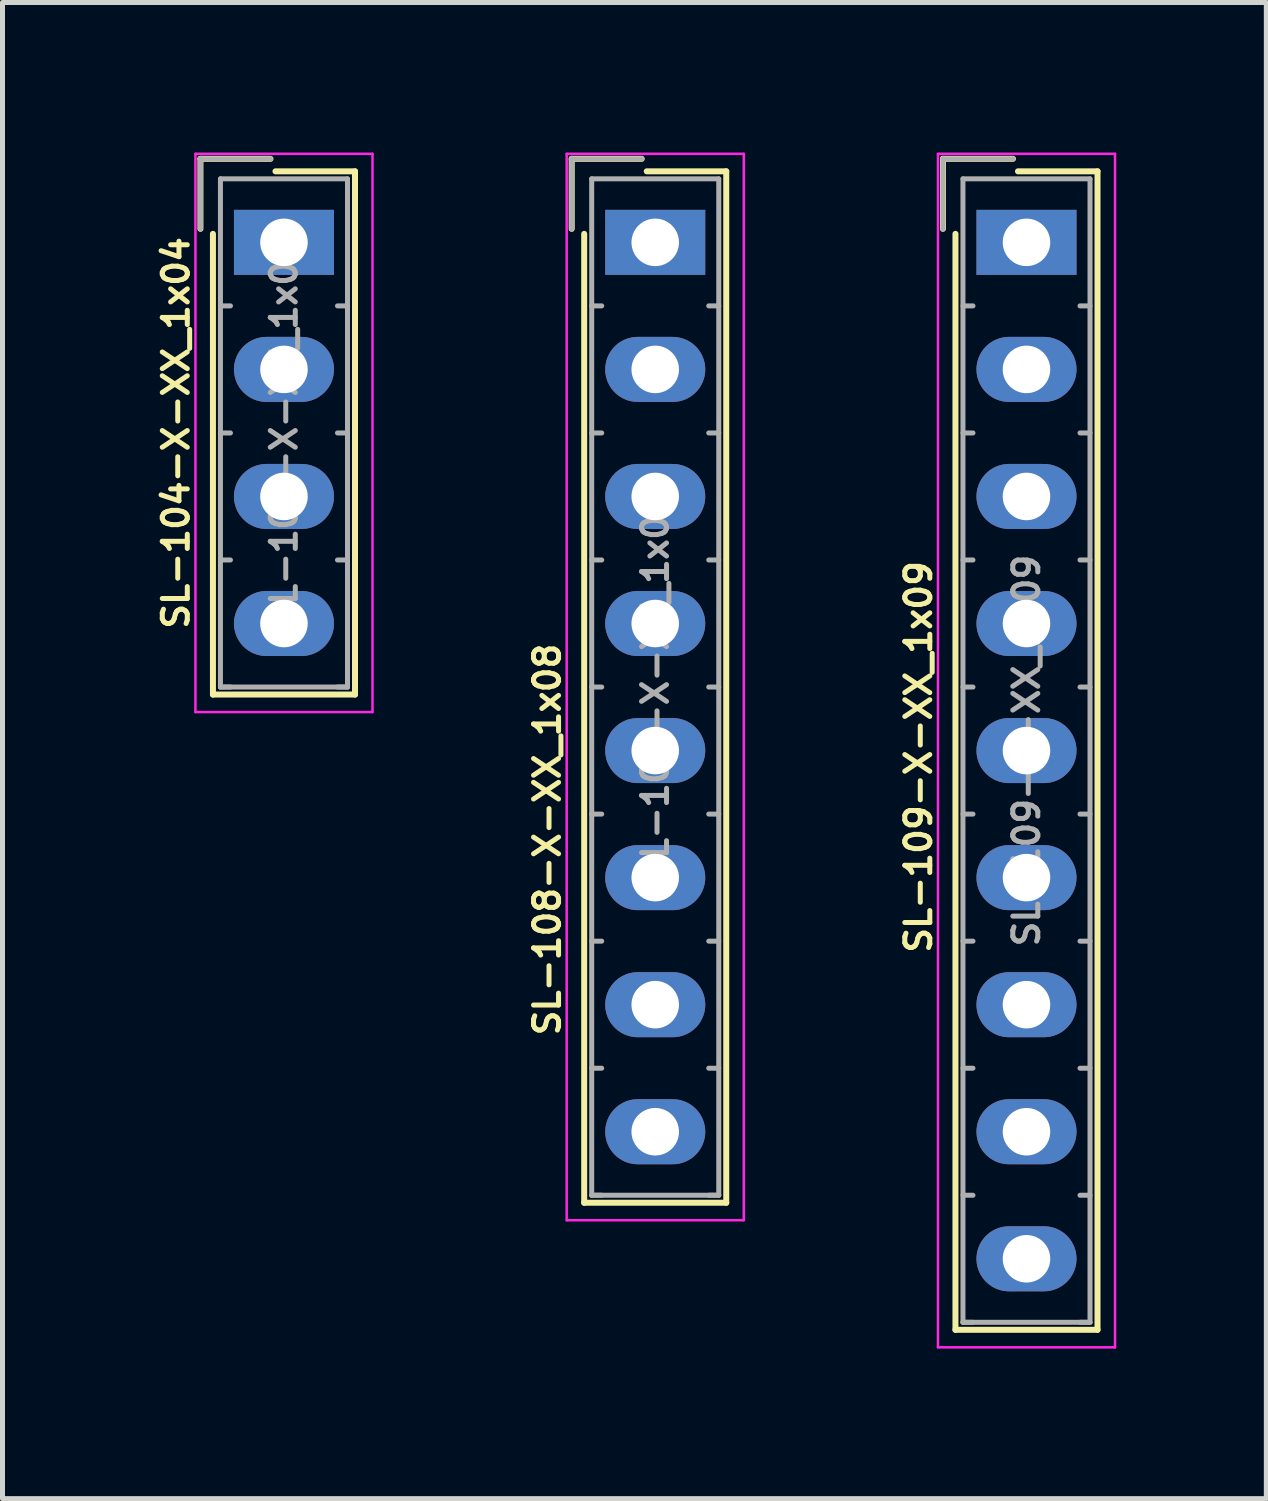
<source format=kicad_pcb>
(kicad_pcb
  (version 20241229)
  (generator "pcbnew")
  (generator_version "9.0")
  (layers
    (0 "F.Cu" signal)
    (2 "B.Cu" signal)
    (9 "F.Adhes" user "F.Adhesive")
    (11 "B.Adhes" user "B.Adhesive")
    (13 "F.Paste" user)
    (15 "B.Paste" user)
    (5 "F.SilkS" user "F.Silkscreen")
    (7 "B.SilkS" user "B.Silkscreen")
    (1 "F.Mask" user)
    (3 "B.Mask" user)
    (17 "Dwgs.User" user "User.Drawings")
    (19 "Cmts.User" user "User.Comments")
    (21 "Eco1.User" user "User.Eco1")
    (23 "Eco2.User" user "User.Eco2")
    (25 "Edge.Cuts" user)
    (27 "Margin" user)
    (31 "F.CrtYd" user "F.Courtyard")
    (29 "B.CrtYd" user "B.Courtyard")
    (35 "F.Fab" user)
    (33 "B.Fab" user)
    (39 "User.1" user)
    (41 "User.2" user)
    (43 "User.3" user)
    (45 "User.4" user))
  (footprint "SL-104-X-XX_1x04"
    (layer "F.Cu")
    (at 2.627 1.795)
    (property "Reference" "SL-104-X-XX_1x04" (at -2.159 3.81 90) (layer "F.SilkS") (effects (font (size 0.5 0.5) (thickness 0.1))))
    (attr through_hole)
    (fp_line (start -1.67 -1.67) (end -1.67 -0.27) (stroke (width 0.12) (type solid)) (layer "F.SilkS"))
    (fp_line (start -1.42 9.04) (end -1.42 -0.17) (stroke (width 0.12) (type solid)) (layer "F.SilkS"))
    (fp_line (start -0.27 -1.67) (end -1.67 -1.67) (stroke (width 0.12) (type solid)) (layer "F.SilkS"))
    (fp_line (start -0.17 -1.42) (end 1.42 -1.42) (stroke (width 0.12) (type solid)) (layer "F.SilkS"))
    (fp_line (start 1.42 -1.42) (end 1.42 9.04) (stroke (width 0.12) (type solid)) (layer "F.SilkS"))
    (fp_line (start 1.42 9.04) (end -1.42 9.04) (stroke (width 0.12) (type solid)) (layer "F.SilkS"))
    (fp_line (start -1.77 -1.77) (end -1.77 9.39) (stroke (width 0.05) (type solid)) (layer "F.CrtYd"))
    (fp_line (start -1.77 9.39) (end 1.77 9.39) (stroke (width 0.05) (type solid)) (layer "F.CrtYd"))
    (fp_line (start 1.77 -1.77) (end -1.77 -1.77) (stroke (width 0.05) (type solid)) (layer "F.CrtYd"))
    (fp_line (start 1.77 9.39) (end 1.77 -1.77) (stroke (width 0.05) (type solid)) (layer "F.CrtYd"))
    (fp_line (start -1.67 -1.67) (end -1.67 -0.27) (stroke (width 0.1) (type solid)) (layer "F.Fab"))
    (fp_line (start -1.27 -1.27) (end -1.27 8.89) (stroke (width 0.1) (type solid)) (layer "F.Fab"))
    (fp_line (start -1.27 1.27) (end -1.07 1.27) (stroke (width 0.1) (type solid)) (layer "F.Fab"))
    (fp_line (start -1.27 3.81) (end -1.07 3.81) (stroke (width 0.1) (type solid)) (layer "F.Fab"))
    (fp_line (start -1.27 6.35) (end -1.07 6.35) (stroke (width 0.1) (type solid)) (layer "F.Fab"))
    (fp_line (start -1.27 8.89) (end -1.07 8.89) (stroke (width 0.1) (type solid)) (layer "F.Fab"))
    (fp_line (start -1.27 8.89) (end 1.27 8.89) (stroke (width 0.1) (type solid)) (layer "F.Fab"))
    (fp_line (start -0.27 -1.67) (end -1.67 -1.67) (stroke (width 0.1) (type solid)) (layer "F.Fab"))
    (fp_line (start 1.27 -1.27) (end -1.27 -1.27) (stroke (width 0.1) (type solid)) (layer "F.Fab"))
    (fp_line (start 1.27 1.27) (end 1.07 1.27) (stroke (width 0.1) (type solid)) (layer "F.Fab"))
    (fp_line (start 1.27 3.81) (end 1.07 3.81) (stroke (width 0.1) (type solid)) (layer "F.Fab"))
    (fp_line (start 1.27 6.35) (end 1.07 6.35) (stroke (width 0.1) (type solid)) (layer "F.Fab"))
    (fp_line (start 1.27 8.89) (end 1.07 8.89) (stroke (width 0.1) (type solid)) (layer "F.Fab"))
    (fp_line (start 1.27 8.89) (end 1.27 -1.27) (stroke (width 0.1) (type solid)) (layer "F.Fab"))
    (fp_text user "${REFERENCE}" (at 0 3.81 90) (layer "F.Fab") (effects (font (size 0.5 0.5) (thickness 0.1))))
    (pad "1" thru_hole rect (at 0 0) (size 2 1.3) (drill 0.95) (layers "*.Cu" "*.Mask"))
    (pad "2" thru_hole oval (at 0 2.54) (size 2 1.3) (drill 0.95) (layers "*.Cu" "*.Mask"))
    (pad "3" thru_hole oval (at 0 5.08) (size 2 1.3) (drill 0.95) (layers "*.Cu" "*.Mask"))
    (pad "4" thru_hole oval (at 0 7.62) (size 2 1.3) (drill 0.95) (layers "*.Cu" "*.Mask")))
  (footprint "SL-109-X-XX_1x09"
    (layer "F.Cu")
    (at 17.471 1.795)
    (property "Reference" "SL-109-X-XX_1x09" (at -2.159 10.287 90) (layer "F.SilkS") (effects (font (size 0.5 0.5) (thickness 0.1))))
    (attr through_hole)
    (fp_line (start -1.67 -1.67) (end -1.67 -0.27) (stroke (width 0.12) (type solid)) (layer "F.SilkS"))
    (fp_line (start -1.42 21.74) (end -1.42 -0.17) (stroke (width 0.12) (type solid)) (layer "F.SilkS"))
    (fp_line (start -0.27 -1.67) (end -1.67 -1.67) (stroke (width 0.12) (type solid)) (layer "F.SilkS"))
    (fp_line (start -0.17 -1.42) (end 1.42 -1.42) (stroke (width 0.12) (type solid)) (layer "F.SilkS"))
    (fp_line (start 1.42 -1.42) (end 1.42 21.74) (stroke (width 0.12) (type solid)) (layer "F.SilkS"))
    (fp_line (start 1.42 21.74) (end -1.42 21.74) (stroke (width 0.12) (type solid)) (layer "F.SilkS"))
    (fp_line (start -1.77 -1.77) (end -1.77 22.09) (stroke (width 0.05) (type solid)) (layer "F.CrtYd"))
    (fp_line (start -1.77 22.09) (end 1.77 22.09) (stroke (width 0.05) (type solid)) (layer "F.CrtYd"))
    (fp_line (start 1.77 -1.77) (end -1.77 -1.77) (stroke (width 0.05) (type solid)) (layer "F.CrtYd"))
    (fp_line (start 1.77 22.09) (end 1.77 -1.77) (stroke (width 0.05) (type solid)) (layer "F.CrtYd"))
    (fp_line (start -1.67 -1.67) (end -1.67 -0.27) (stroke (width 0.1) (type solid)) (layer "F.Fab"))
    (fp_line (start -1.27 -1.27) (end -1.27 21.59) (stroke (width 0.1) (type solid)) (layer "F.Fab"))
    (fp_line (start -1.27 1.27) (end -1.07 1.27) (stroke (width 0.1) (type solid)) (layer "F.Fab"))
    (fp_line (start -1.27 3.81) (end -1.07 3.81) (stroke (width 0.1) (type solid)) (layer "F.Fab"))
    (fp_line (start -1.27 6.35) (end -1.07 6.35) (stroke (width 0.1) (type solid)) (layer "F.Fab"))
    (fp_line (start -1.27 8.89) (end -1.07 8.89) (stroke (width 0.1) (type solid)) (layer "F.Fab"))
    (fp_line (start -1.27 11.43) (end -1.07 11.43) (stroke (width 0.1) (type solid)) (layer "F.Fab"))
    (fp_line (start -1.27 13.97) (end -1.07 13.97) (stroke (width 0.1) (type solid)) (layer "F.Fab"))
    (fp_line (start -1.27 16.51) (end -1.07 16.51) (stroke (width 0.1) (type solid)) (layer "F.Fab"))
    (fp_line (start -1.27 19.05) (end -1.07 19.05) (stroke (width 0.1) (type solid)) (layer "F.Fab"))
    (fp_line (start -1.27 21.59) (end -1.07 21.59) (stroke (width 0.1) (type solid)) (layer "F.Fab"))
    (fp_line (start -1.27 21.59) (end 1.27 21.59) (stroke (width 0.1) (type solid)) (layer "F.Fab"))
    (fp_line (start -0.27 -1.67) (end -1.67 -1.67) (stroke (width 0.1) (type solid)) (layer "F.Fab"))
    (fp_line (start 1.27 -1.27) (end -1.27 -1.27) (stroke (width 0.1) (type solid)) (layer "F.Fab"))
    (fp_line (start 1.27 1.27) (end 1.07 1.27) (stroke (width 0.1) (type solid)) (layer "F.Fab"))
    (fp_line (start 1.27 3.81) (end 1.07 3.81) (stroke (width 0.1) (type solid)) (layer "F.Fab"))
    (fp_line (start 1.27 6.35) (end 1.07 6.35) (stroke (width 0.1) (type solid)) (layer "F.Fab"))
    (fp_line (start 1.27 8.89) (end 1.07 8.89) (stroke (width 0.1) (type solid)) (layer "F.Fab"))
    (fp_line (start 1.27 11.43) (end 1.07 11.43) (stroke (width 0.1) (type solid)) (layer "F.Fab"))
    (fp_line (start 1.27 13.97) (end 1.07 13.97) (stroke (width 0.1) (type solid)) (layer "F.Fab"))
    (fp_line (start 1.27 16.51) (end 1.07 16.51) (stroke (width 0.1) (type solid)) (layer "F.Fab"))
    (fp_line (start 1.27 19.05) (end 1.07 19.05) (stroke (width 0.1) (type solid)) (layer "F.Fab"))
    (fp_line (start 1.27 21.59) (end 1.07 21.59) (stroke (width 0.1) (type solid)) (layer "F.Fab"))
    (fp_line (start 1.27 21.59) (end 1.27 -1.27) (stroke (width 0.1) (type solid)) (layer "F.Fab"))
    (fp_text user "${REFERENCE}" (at 0 10.16 90) (layer "F.Fab") (effects (font (size 0.5 0.5) (thickness 0.1))))
    (pad "1" thru_hole rect (at 0 0) (size 2 1.3) (drill 0.95) (layers "*.Cu" "*.Mask"))
    (pad "2" thru_hole oval (at 0 2.54) (size 2 1.3) (drill 0.95) (layers "*.Cu" "*.Mask"))
    (pad "3" thru_hole oval (at 0 5.08) (size 2 1.3) (drill 0.95) (layers "*.Cu" "*.Mask"))
    (pad "4" thru_hole oval (at 0 7.62) (size 2 1.3) (drill 0.95) (layers "*.Cu" "*.Mask"))
    (pad "5" thru_hole oval (at 0 10.16) (size 2 1.3) (drill 0.95) (layers "*.Cu" "*.Mask"))
    (pad "6" thru_hole oval (at 0 12.7) (size 2 1.3) (drill 0.95) (layers "*.Cu" "*.Mask"))
    (pad "7" thru_hole oval (at 0 15.24) (size 2 1.3) (drill 0.95) (layers "*.Cu" "*.Mask"))
    (pad "8" thru_hole oval (at 0 17.78) (size 2 1.3) (drill 0.95) (layers "*.Cu" "*.Mask"))
    (pad "9" thru_hole oval (at 0 20.32) (size 2 1.3) (drill 0.95) (layers "*.Cu" "*.Mask")))
  (footprint "SL-108-X-XX_1x08"
    (layer "F.Cu")
    (at 10.049 1.795)
    (property "Reference" "SL-108-X-XX_1x08" (at -2.159 11.938 90) (layer "F.SilkS") (effects (font (size 0.5 0.5) (thickness 0.1))))
    (attr through_hole)
    (fp_line (start -1.67 -1.67) (end -1.67 -0.27) (stroke (width 0.12) (type solid)) (layer "F.SilkS"))
    (fp_line (start -1.42 19.2) (end -1.42 -0.17) (stroke (width 0.12) (type solid)) (layer "F.SilkS"))
    (fp_line (start -0.27 -1.67) (end -1.67 -1.67) (stroke (width 0.12) (type solid)) (layer "F.SilkS"))
    (fp_line (start -0.17 -1.42) (end 1.42 -1.42) (stroke (width 0.12) (type solid)) (layer "F.SilkS"))
    (fp_line (start 1.42 -1.42) (end 1.42 19.2) (stroke (width 0.12) (type solid)) (layer "F.SilkS"))
    (fp_line (start 1.42 19.2) (end -1.42 19.2) (stroke (width 0.12) (type solid)) (layer "F.SilkS"))
    (fp_line (start -1.77 -1.77) (end -1.77 19.55) (stroke (width 0.05) (type solid)) (layer "F.CrtYd"))
    (fp_line (start -1.77 19.55) (end 1.77 19.55) (stroke (width 0.05) (type solid)) (layer "F.CrtYd"))
    (fp_line (start 1.77 -1.77) (end -1.77 -1.77) (stroke (width 0.05) (type solid)) (layer "F.CrtYd"))
    (fp_line (start 1.77 19.55) (end 1.77 -1.77) (stroke (width 0.05) (type solid)) (layer "F.CrtYd"))
    (fp_line (start -1.67 -1.67) (end -1.67 -0.27) (stroke (width 0.1) (type solid)) (layer "F.Fab"))
    (fp_line (start -1.27 -1.27) (end -1.27 19.05) (stroke (width 0.1) (type solid)) (layer "F.Fab"))
    (fp_line (start -1.27 1.27) (end -1.07 1.27) (stroke (width 0.1) (type solid)) (layer "F.Fab"))
    (fp_line (start -1.27 3.81) (end -1.07 3.81) (stroke (width 0.1) (type solid)) (layer "F.Fab"))
    (fp_line (start -1.27 6.35) (end -1.07 6.35) (stroke (width 0.1) (type solid)) (layer "F.Fab"))
    (fp_line (start -1.27 8.89) (end -1.07 8.89) (stroke (width 0.1) (type solid)) (layer "F.Fab"))
    (fp_line (start -1.27 11.43) (end -1.07 11.43) (stroke (width 0.1) (type solid)) (layer "F.Fab"))
    (fp_line (start -1.27 13.97) (end -1.07 13.97) (stroke (width 0.1) (type solid)) (layer "F.Fab"))
    (fp_line (start -1.27 16.51) (end -1.07 16.51) (stroke (width 0.1) (type solid)) (layer "F.Fab"))
    (fp_line (start -1.27 19.05) (end -1.07 19.05) (stroke (width 0.1) (type solid)) (layer "F.Fab"))
    (fp_line (start -1.27 19.05) (end 1.27 19.05) (stroke (width 0.1) (type solid)) (layer "F.Fab"))
    (fp_line (start -0.27 -1.67) (end -1.67 -1.67) (stroke (width 0.1) (type solid)) (layer "F.Fab"))
    (fp_line (start 1.27 -1.27) (end -1.27 -1.27) (stroke (width 0.1) (type solid)) (layer "F.Fab"))
    (fp_line (start 1.27 1.27) (end 1.07 1.27) (stroke (width 0.1) (type solid)) (layer "F.Fab"))
    (fp_line (start 1.27 3.81) (end 1.07 3.81) (stroke (width 0.1) (type solid)) (layer "F.Fab"))
    (fp_line (start 1.27 6.35) (end 1.07 6.35) (stroke (width 0.1) (type solid)) (layer "F.Fab"))
    (fp_line (start 1.27 8.89) (end 1.07 8.89) (stroke (width 0.1) (type solid)) (layer "F.Fab"))
    (fp_line (start 1.27 11.43) (end 1.07 11.43) (stroke (width 0.1) (type solid)) (layer "F.Fab"))
    (fp_line (start 1.27 13.97) (end 1.07 13.97) (stroke (width 0.1) (type solid)) (layer "F.Fab"))
    (fp_line (start 1.27 16.51) (end 1.07 16.51) (stroke (width 0.1) (type solid)) (layer "F.Fab"))
    (fp_line (start 1.27 19.05) (end 1.07 19.05) (stroke (width 0.1) (type solid)) (layer "F.Fab"))
    (fp_line (start 1.27 19.05) (end 1.27 -1.27) (stroke (width 0.1) (type solid)) (layer "F.Fab"))
    (fp_text user "${REFERENCE}" (at 0 8.89 90) (layer "F.Fab") (effects (font (size 0.5 0.5) (thickness 0.1))))
    (pad "1" thru_hole rect (at 0 0) (size 2 1.3) (drill 0.95) (layers "*.Cu" "*.Mask"))
    (pad "2" thru_hole oval (at 0 2.54) (size 2 1.3) (drill 0.95) (layers "*.Cu" "*.Mask"))
    (pad "3" thru_hole oval (at 0 5.08) (size 2 1.3) (drill 0.95) (layers "*.Cu" "*.Mask"))
    (pad "4" thru_hole oval (at 0 7.62) (size 2 1.3) (drill 0.95) (layers "*.Cu" "*.Mask"))
    (pad "5" thru_hole oval (at 0 10.16) (size 2 1.3) (drill 0.95) (layers "*.Cu" "*.Mask"))
    (pad "6" thru_hole oval (at 0 12.7) (size 2 1.3) (drill 0.95) (layers "*.Cu" "*.Mask"))
    (pad "7" thru_hole oval (at 0 15.24) (size 2 1.3) (drill 0.95) (layers "*.Cu" "*.Mask"))
    (pad "8" thru_hole oval (at 0 17.78) (size 2 1.3) (drill 0.95) (layers "*.Cu" "*.Mask")))
  (gr_rect
    (start -3 -3)
    (end 22.266 26.91)
    (stroke (width 0.1) (type default))
    (fill no)
    (layer "Edge.Cuts")))
</source>
